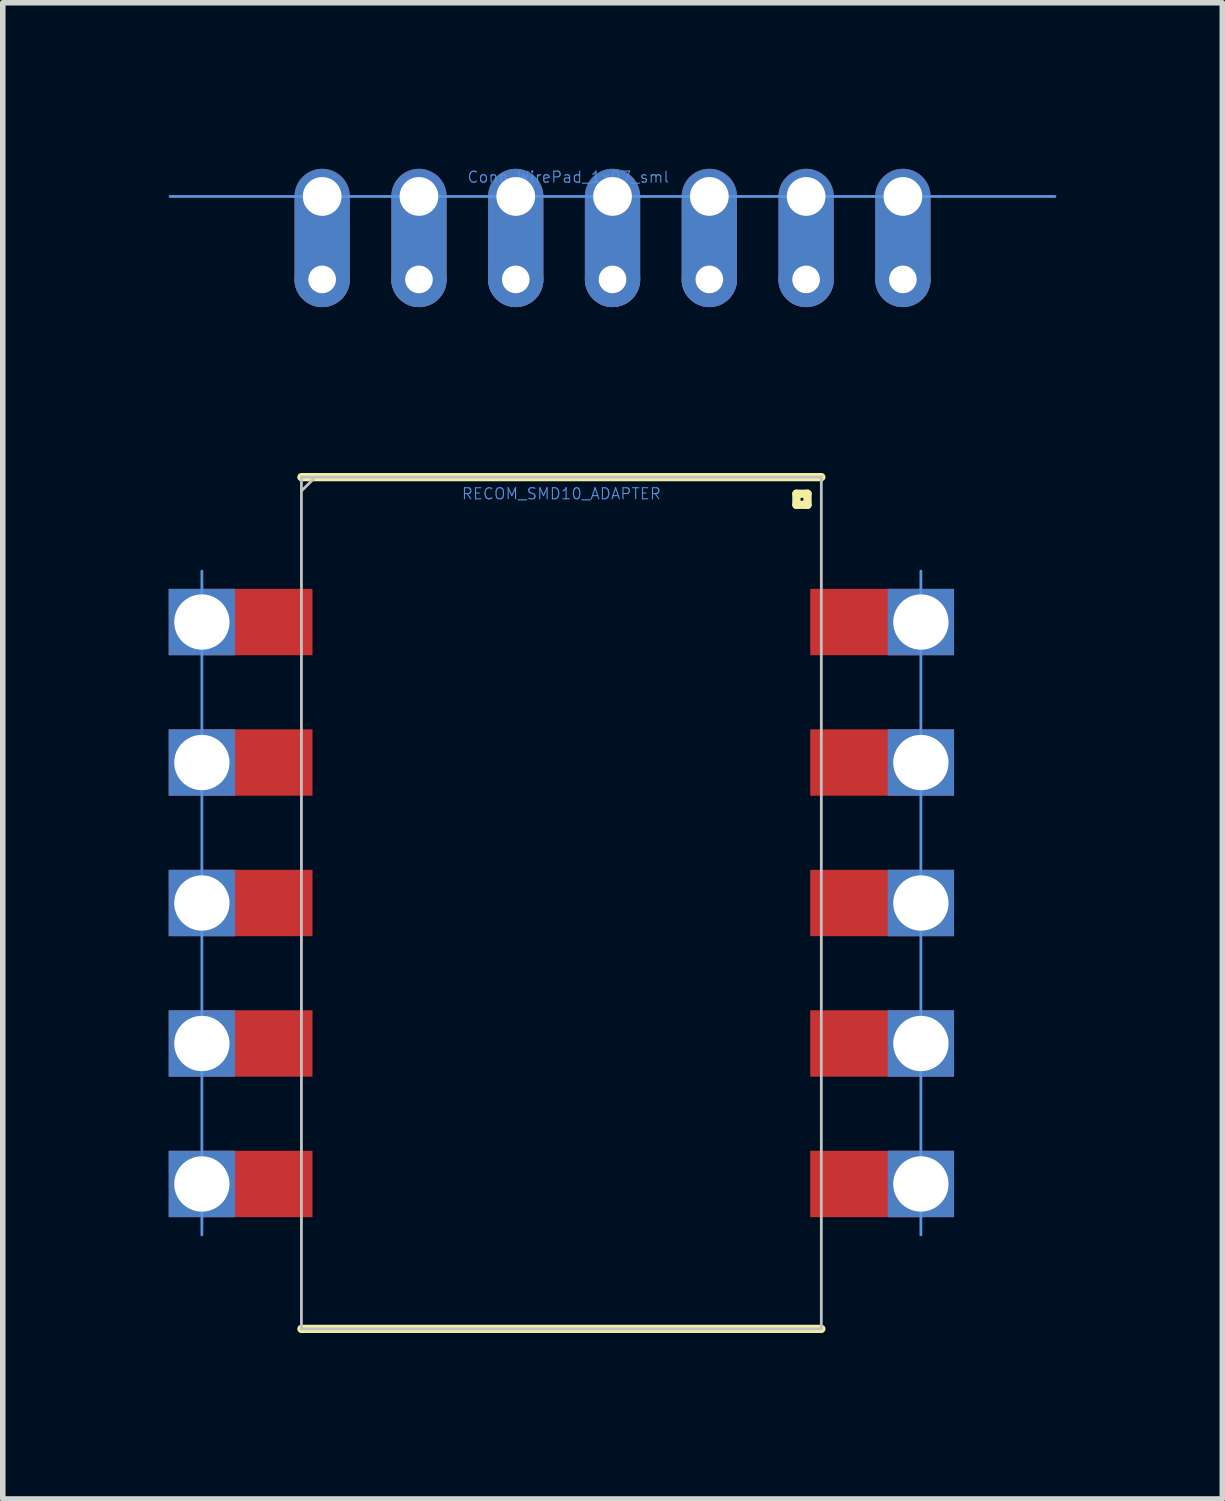
<source format=kicad_pcb>
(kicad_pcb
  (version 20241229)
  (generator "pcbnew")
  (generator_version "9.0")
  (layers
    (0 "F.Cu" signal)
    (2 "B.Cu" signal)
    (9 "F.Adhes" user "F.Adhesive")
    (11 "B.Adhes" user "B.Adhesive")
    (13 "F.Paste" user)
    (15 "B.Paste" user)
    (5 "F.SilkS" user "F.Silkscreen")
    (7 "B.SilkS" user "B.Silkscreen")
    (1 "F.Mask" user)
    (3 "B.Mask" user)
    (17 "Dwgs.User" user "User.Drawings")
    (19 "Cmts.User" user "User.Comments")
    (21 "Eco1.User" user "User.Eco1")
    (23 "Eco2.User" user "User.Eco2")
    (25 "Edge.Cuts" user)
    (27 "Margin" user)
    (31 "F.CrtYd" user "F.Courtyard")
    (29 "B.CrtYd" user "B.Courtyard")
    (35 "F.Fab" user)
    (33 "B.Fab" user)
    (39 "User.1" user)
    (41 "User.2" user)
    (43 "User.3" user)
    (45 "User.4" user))
  (footprint "RECOM_SMD10_ADAPTER"
    (layer "F.Cu")
    (at 7.1 13.277)
    (property "Reference" "RECOM_SMD10_ADAPTER" (at 0 -7.4 0) (layer "Cmts.User") (effects (font (size 0.2 0.2) (thickness 0.02))))
    (attr smd)
    (fp_line (start -4.7 -7.7) (end 4.7 -7.7) (stroke (width 0.15) (type solid)) (layer "F.SilkS"))
    (fp_line (start -4.7 7.7) (end 4.7 7.7) (stroke (width 0.15) (type solid)) (layer "F.SilkS"))
    (fp_line (start 4.25 -7.4) (end 4.45 -7.4) (stroke (width 0.15) (type solid)) (layer "F.SilkS"))
    (fp_line (start 4.25 -7.2) (end 4.25 -7.4) (stroke (width 0.15) (type solid)) (layer "F.SilkS"))
    (fp_line (start 4.45 -7.4) (end 4.45 -7.2) (stroke (width 0.15) (type solid)) (layer "F.SilkS"))
    (fp_line (start 4.45 -7.2) (end 4.25 -7.2) (stroke (width 0.15) (type solid)) (layer "F.SilkS"))
    (fp_line (start -4.7 -7.7) (end 4.7 -7.7) (stroke (width 0.05) (type solid)) (layer "Dwgs.User"))
    (fp_line (start -4.7 7.7) (end -4.7 -7.7) (stroke (width 0.05) (type solid)) (layer "Dwgs.User"))
    (fp_line (start -4.7 7.7) (end 4.7 7.7) (stroke (width 0.05) (type solid)) (layer "Dwgs.User"))
    (fp_line (start -4.45 -7.7) (end -4.7 -7.45) (stroke (width 0.05) (type solid)) (layer "Dwgs.User"))
    (fp_line (start 4.7 -7.7) (end 4.7 7.7) (stroke (width 0.05) (type solid)) (layer "Dwgs.User"))
    (fp_line (start -6.5 -6) (end -6.5 6) (stroke (width 0.05) (type solid)) (layer "Cmts.User"))
    (fp_line (start 6.5 -6) (end 6.5 6) (stroke (width 0.05) (type solid)) (layer "Cmts.User"))
    (pad "1" smd rect (at 5.5 -5.08) (size 2 1.2) (layers "F.Cu" "F.Mask" "F.Paste"))
    (pad "1" thru_hole rect (at 6.5 -5.08) (size 1.2 1.2) (drill 1) (layers "*.Cu" "*.Mask"))
    (pad "2" smd rect (at 5.5 -2.54) (size 2 1.2) (layers "F.Cu" "F.Mask" "F.Paste"))
    (pad "2" thru_hole rect (at 6.5 -2.54) (size 1.2 1.2) (drill 1) (layers "*.Cu" "*.Mask"))
    (pad "3" smd rect (at 5.5 0) (size 2 1.2) (layers "F.Cu" "F.Mask" "F.Paste"))
    (pad "3" thru_hole rect (at 6.5 0) (size 1.2 1.2) (drill 1) (layers "*.Cu" "*.Mask"))
    (pad "4" smd rect (at 5.5 2.54) (size 2 1.2) (layers "F.Cu" "F.Mask" "F.Paste"))
    (pad "4" thru_hole rect (at 6.5 2.54) (size 1.2 1.2) (drill 1) (layers "*.Cu" "*.Mask"))
    (pad "5" smd rect (at 5.5 5.08) (size 2 1.2) (layers "F.Cu" "F.Mask" "F.Paste"))
    (pad "5" thru_hole rect (at 6.5 5.08) (size 1.2 1.2) (drill 1) (layers "*.Cu" "*.Mask"))
    (pad "6" thru_hole rect (at -6.5 5.08) (size 1.2 1.2) (drill 1) (layers "*.Cu" "*.Mask"))
    (pad "6" smd rect (at -5.5 5.08 180) (size 2 1.2) (layers "F.Cu" "F.Mask" "F.Paste"))
    (pad "7" thru_hole rect (at -6.5 2.54) (size 1.2 1.2) (drill 1) (layers "*.Cu" "*.Mask"))
    (pad "7" smd rect (at -5.5 2.54 180) (size 2 1.2) (layers "F.Cu" "F.Mask" "F.Paste"))
    (pad "8" thru_hole rect (at -6.5 0) (size 1.2 1.2) (drill 1) (layers "*.Cu" "*.Mask"))
    (pad "8" smd rect (at -5.5 0 180) (size 2 1.2) (layers "F.Cu" "F.Mask" "F.Paste"))
    (pad "9" thru_hole rect (at -6.5 -2.54) (size 1.2 1.2) (drill 1) (layers "*.Cu" "*.Mask"))
    (pad "9" smd rect (at -5.5 -2.54 180) (size 2 1.2) (layers "F.Cu" "F.Mask" "F.Paste"))
    (pad "10" thru_hole rect (at -6.5 -5.08) (size 1.2 1.2) (drill 1) (layers "*.Cu" "*.Mask"))
    (pad "10" smd rect (at -5.5 -5.08 180) (size 2 1.2) (layers "F.Cu" "F.Mask" "F.Paste")))
  (footprint "Conn_WirePad_1x07_sml"
    (layer "F.Cu")
    (at 8.025 0.502)
    (property "Reference" "Conn_WirePad_1x07_sml" (at -0.8 -0.35 0) (layer "Cmts.User") (effects (font (size 0.2 0.2) (thickness 0.02))))
    (attr through_hole)
    (fp_line (start 8 0) (end -8 0) (stroke (width 0.05) (type solid)) (layer "Cmts.User"))
    (pad "1" thru_hole oval (at -5.25 0) (size 1 2.5) (drill 0.7 (offset 0 0.75)) (layers "*.Cu" "*.Mask"))
    (pad "1" thru_hole circle (at -5.25 1.5) (size 1 1) (drill 0.5) (layers "*.Cu" "*.Mask"))
    (pad "2" thru_hole oval (at -3.5 0) (size 1 2.5) (drill 0.7 (offset 0 0.75)) (layers "*.Cu" "*.Mask"))
    (pad "2" thru_hole circle (at -3.5 1.5) (size 1 1) (drill 0.5) (layers "*.Cu" "*.Mask"))
    (pad "3" thru_hole oval (at -1.75 0) (size 1 2.5) (drill 0.7 (offset 0 0.75)) (layers "*.Cu" "*.Mask"))
    (pad "3" thru_hole circle (at -1.75 1.5) (size 1 1) (drill 0.5) (layers "*.Cu" "*.Mask"))
    (pad "4" thru_hole oval (at 0 0) (size 1 2.5) (drill 0.7 (offset 0 0.75)) (layers "*.Cu" "*.Mask"))
    (pad "4" thru_hole circle (at 0 1.5) (size 1 1) (drill 0.5) (layers "*.Cu" "*.Mask"))
    (pad "5" thru_hole oval (at 1.75 0) (size 1 2.5) (drill 0.7 (offset 0 0.75)) (layers "*.Cu" "*.Mask"))
    (pad "5" thru_hole circle (at 1.75 1.5) (size 1 1) (drill 0.5) (layers "*.Cu" "*.Mask"))
    (pad "6" thru_hole oval (at 3.5 0) (size 1 2.5) (drill 0.7 (offset 0 0.75)) (layers "*.Cu" "*.Mask"))
    (pad "6" thru_hole circle (at 3.5 1.5) (size 1 1) (drill 0.5) (layers "*.Cu" "*.Mask"))
    (pad "7" thru_hole oval (at 5.25 0) (size 1 2.5) (drill 0.7 (offset 0 0.75)) (layers "*.Cu" "*.Mask"))
    (pad "7" thru_hole circle (at 5.25 1.5) (size 1 1) (drill 0.5) (layers "*.Cu" "*.Mask")))
  (gr_rect
    (start -3 -3)
    (end 19.05 24.052)
    (stroke (width 0.1) (type default))
    (fill no)
    (layer "Edge.Cuts")))
</source>
